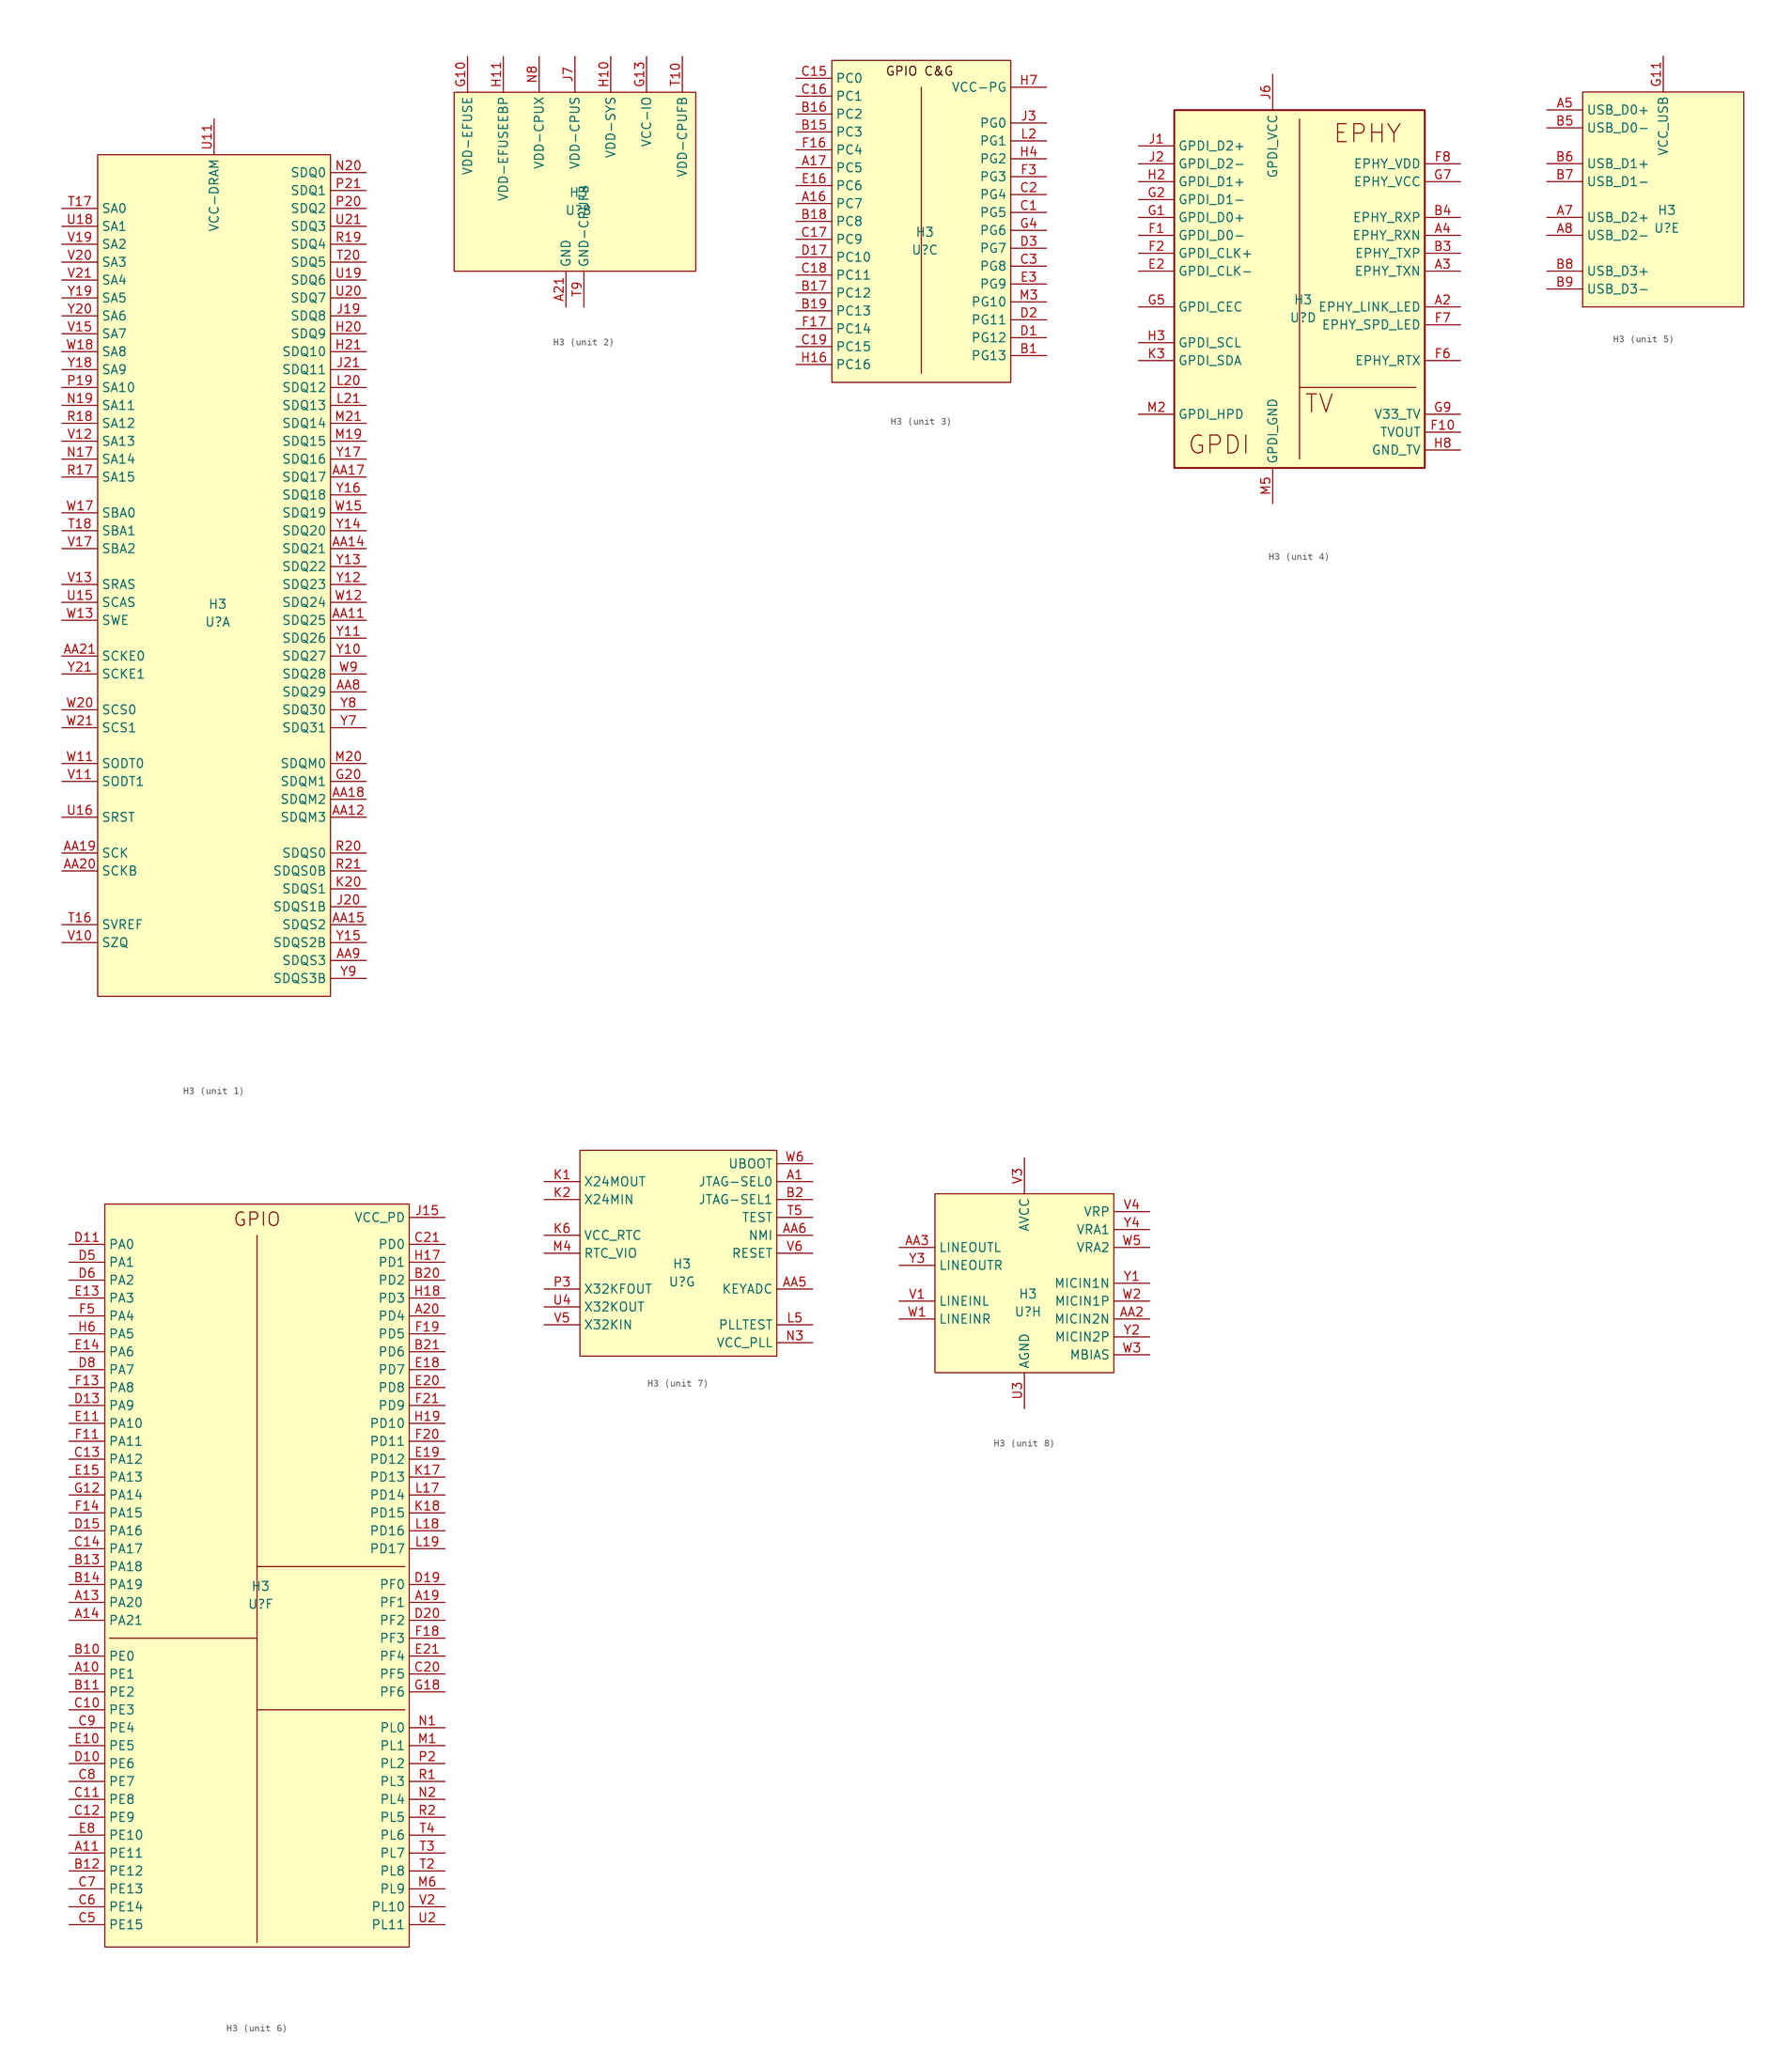
<source format=kicad_sym>
(kicad_symbol_lib
  (version 20241209)
  (generator "kicad_symbol_editor")
  (generator_version "9.0")
  (symbol "H3"
    (property "Reference" "U"
      (at 0.508 -4.064 0)
      (effects (font (size 1.27 1.27))))
    (property "Value" "H3"
      (at 0.508 -1.524 0)
      (effects (font (size 1.27 1.27))))
    (property "ki_locked" ""
      (at 0 0 0)
      (effects (font (size 1.27 1.27))))
    (symbol "H3_1_0"
      (pin power_in line (at 0 67.31 270) (length 5.08) (hide yes) (name "VCC-DRAM" (effects (font (size 1.27 1.27)))) (number "L16" (effects (font (size 1.27 1.27)))))
      (pin power_in line (at 0 67.31 270) (length 5.08) (hide yes) (name "VCC-DRAM" (effects (font (size 1.27 1.27)))) (number "M16" (effects (font (size 1.27 1.27)))))
      (pin power_in line (at 0 67.31 270) (length 5.08) (hide yes) (name "VCC-DRAM" (effects (font (size 1.27 1.27)))) (number "N16" (effects (font (size 1.27 1.27)))))
      (pin power_in line (at 0 67.31 270) (length 5.08) (hide yes) (name "VCC-DRAM" (effects (font (size 1.27 1.27)))) (number "P16" (effects (font (size 1.27 1.27)))))
      (pin power_in line (at 0 67.31 270) (length 5.08) (hide yes) (name "VCC-DRAM" (effects (font (size 1.27 1.27)))) (number "P17" (effects (font (size 1.27 1.27)))))
      (pin power_in line (at 0 67.31 270) (length 5.08) (hide yes) (name "VCC-DRAM" (effects (font (size 1.27 1.27)))) (number "R16" (effects (font (size 1.27 1.27)))))
      (pin power_in line (at 0 67.31 270) (length 5.08) (hide yes) (name "VCC-DRAM" (effects (font (size 1.27 1.27)))) (number "T12" (effects (font (size 1.27 1.27)))))
      (pin power_in line (at 0 67.31 270) (length 5.08) (hide yes) (name "VCC-DRAM" (effects (font (size 1.27 1.27)))) (number "T13" (effects (font (size 1.27 1.27)))))
      (pin power_in line (at 0 67.31 270) (length 5.08) (hide yes) (name "VCC-DRAM" (effects (font (size 1.27 1.27)))) (number "T14" (effects (font (size 1.27 1.27)))))
      (pin power_in line (at 0 67.31 270) (length 5.08) (hide yes) (name "VCC-DRAM" (effects (font (size 1.27 1.27)))) (number "T15" (effects (font (size 1.27 1.27)))))
      (pin power_in line (at 0 67.31 270) (length 5.08) (name "VCC-DRAM" (effects (font (size 1.27 1.27)))) (number "U11" (effects (font (size 1.27 1.27))))))
    (symbol "H3_1_1"
      (rectangle (start -16.51 62.23) (end 16.51 -57.15) (stroke (width 0) (type solid)) (fill (type background)))
      (pin bidirectional line (at -21.59 54.61 0) (length 5.08) (name "SA0" (effects (font (size 1.27 1.27)))) (number "T17" (effects (font (size 1.27 1.27)))))
      (pin bidirectional line (at -21.59 52.07 0) (length 5.08) (name "SA1" (effects (font (size 1.27 1.27)))) (number "U18" (effects (font (size 1.27 1.27)))))
      (pin bidirectional line (at -21.59 49.53 0) (length 5.08) (name "SA2" (effects (font (size 1.27 1.27)))) (number "V19" (effects (font (size 1.27 1.27)))))
      (pin bidirectional line (at -21.59 46.99 0) (length 5.08) (name "SA3" (effects (font (size 1.27 1.27)))) (number "V20" (effects (font (size 1.27 1.27)))))
      (pin bidirectional line (at -21.59 44.45 0) (length 5.08) (name "SA4" (effects (font (size 1.27 1.27)))) (number "V21" (effects (font (size 1.27 1.27)))))
      (pin bidirectional line (at -21.59 41.91 0) (length 5.08) (name "SA5" (effects (font (size 1.27 1.27)))) (number "Y19" (effects (font (size 1.27 1.27)))))
      (pin bidirectional line (at -21.59 39.37 0) (length 5.08) (name "SA6" (effects (font (size 1.27 1.27)))) (number "Y20" (effects (font (size 1.27 1.27)))))
      (pin bidirectional line (at -21.59 36.83 0) (length 5.08) (name "SA7" (effects (font (size 1.27 1.27)))) (number "V15" (effects (font (size 1.27 1.27)))))
      (pin bidirectional line (at -21.59 34.29 0) (length 5.08) (name "SA8" (effects (font (size 1.27 1.27)))) (number "W18" (effects (font (size 1.27 1.27)))))
      (pin bidirectional line (at -21.59 31.75 0) (length 5.08) (name "SA9" (effects (font (size 1.27 1.27)))) (number "Y18" (effects (font (size 1.27 1.27)))))
      (pin bidirectional line (at -21.59 29.21 0) (length 5.08) (name "SA10" (effects (font (size 1.27 1.27)))) (number "P19" (effects (font (size 1.27 1.27)))))
      (pin bidirectional line (at -21.59 26.67 0) (length 5.08) (name "SA11" (effects (font (size 1.27 1.27)))) (number "N19" (effects (font (size 1.27 1.27)))))
      (pin bidirectional line (at -21.59 24.13 0) (length 5.08) (name "SA12" (effects (font (size 1.27 1.27)))) (number "R18" (effects (font (size 1.27 1.27)))))
      (pin bidirectional line (at -21.59 21.59 0) (length 5.08) (name "SA13" (effects (font (size 1.27 1.27)))) (number "V12" (effects (font (size 1.27 1.27)))))
      (pin bidirectional line (at -21.59 19.05 0) (length 5.08) (name "SA14" (effects (font (size 1.27 1.27)))) (number "N17" (effects (font (size 1.27 1.27)))))
      (pin bidirectional line (at -21.59 16.51 0) (length 5.08) (name "SA15" (effects (font (size 1.27 1.27)))) (number "R17" (effects (font (size 1.27 1.27)))))
      (pin output line (at -21.59 11.43 0) (length 5.08) (name "SBA0" (effects (font (size 1.27 1.27)))) (number "W17" (effects (font (size 1.27 1.27)))))
      (pin output line (at -21.59 8.89 0) (length 5.08) (name "SBA1" (effects (font (size 1.27 1.27)))) (number "T18" (effects (font (size 1.27 1.27)))))
      (pin output line (at -21.59 6.35 0) (length 5.08) (name "SBA2" (effects (font (size 1.27 1.27)))) (number "V17" (effects (font (size 1.27 1.27)))))
      (pin output line (at -21.59 1.27 0) (length 5.08) (name "SRAS" (effects (font (size 1.27 1.27)))) (number "V13" (effects (font (size 1.27 1.27)))))
      (pin output line (at -21.59 -1.27 0) (length 5.08) (name "SCAS" (effects (font (size 1.27 1.27)))) (number "U15" (effects (font (size 1.27 1.27)))))
      (pin output line (at -21.59 -3.81 0) (length 5.08) (name "SWE" (effects (font (size 1.27 1.27)))) (number "W13" (effects (font (size 1.27 1.27)))))
      (pin output line (at -21.59 -8.89 0) (length 5.08) (name "SCKE0" (effects (font (size 1.27 1.27)))) (number "AA21" (effects (font (size 1.27 1.27)))))
      (pin output line (at -21.59 -11.43 0) (length 5.08) (name "SCKE1" (effects (font (size 1.27 1.27)))) (number "Y21" (effects (font (size 1.27 1.27)))))
      (pin output line (at -21.59 -16.51 0) (length 5.08) (name "SCS0" (effects (font (size 1.27 1.27)))) (number "W20" (effects (font (size 1.27 1.27)))))
      (pin output line (at -21.59 -19.05 0) (length 5.08) (name "SCS1" (effects (font (size 1.27 1.27)))) (number "W21" (effects (font (size 1.27 1.27)))))
      (pin output line (at -21.59 -24.13 0) (length 5.08) (name "SODT0" (effects (font (size 1.27 1.27)))) (number "W11" (effects (font (size 1.27 1.27)))))
      (pin output line (at -21.59 -26.67 0) (length 5.08) (name "SODT1" (effects (font (size 1.27 1.27)))) (number "V11" (effects (font (size 1.27 1.27)))))
      (pin output line (at -21.59 -31.75 0) (length 5.08) (name "SRST" (effects (font (size 1.27 1.27)))) (number "U16" (effects (font (size 1.27 1.27)))))
      (pin output line (at -21.59 -36.83 0) (length 5.08) (name "SCK" (effects (font (size 1.27 1.27)))) (number "AA19" (effects (font (size 1.27 1.27)))))
      (pin output line (at -21.59 -39.37 0) (length 5.08) (name "SCKB" (effects (font (size 1.27 1.27)))) (number "AA20" (effects (font (size 1.27 1.27)))))
      (pin power_in line (at -21.59 -46.99 0) (length 5.08) (name "SVREF" (effects (font (size 1.27 1.27)))) (number "T16" (effects (font (size 1.27 1.27)))))
      (pin input line (at -21.59 -49.53 0) (length 5.08) (name "SZQ" (effects (font (size 1.27 1.27)))) (number "V10" (effects (font (size 1.27 1.27)))))
      (pin bidirectional line (at 21.59 59.69 180) (length 5.08) (name "SDQ0" (effects (font (size 1.27 1.27)))) (number "N20" (effects (font (size 1.27 1.27)))))
      (pin bidirectional line (at 21.59 57.15 180) (length 5.08) (name "SDQ1" (effects (font (size 1.27 1.27)))) (number "P21" (effects (font (size 1.27 1.27)))))
      (pin bidirectional line (at 21.59 54.61 180) (length 5.08) (name "SDQ2" (effects (font (size 1.27 1.27)))) (number "P20" (effects (font (size 1.27 1.27)))))
      (pin bidirectional line (at 21.59 52.07 180) (length 5.08) (name "SDQ3" (effects (font (size 1.27 1.27)))) (number "U21" (effects (font (size 1.27 1.27)))))
      (pin bidirectional line (at 21.59 49.53 180) (length 5.08) (name "SDQ4" (effects (font (size 1.27 1.27)))) (number "R19" (effects (font (size 1.27 1.27)))))
      (pin bidirectional line (at 21.59 46.99 180) (length 5.08) (name "SDQ5" (effects (font (size 1.27 1.27)))) (number "T20" (effects (font (size 1.27 1.27)))))
      (pin bidirectional line (at 21.59 44.45 180) (length 5.08) (name "SDQ6" (effects (font (size 1.27 1.27)))) (number "U19" (effects (font (size 1.27 1.27)))))
      (pin bidirectional line (at 21.59 41.91 180) (length 5.08) (name "SDQ7" (effects (font (size 1.27 1.27)))) (number "U20" (effects (font (size 1.27 1.27)))))
      (pin bidirectional line (at 21.59 39.37 180) (length 5.08) (name "SDQ8" (effects (font (size 1.27 1.27)))) (number "J19" (effects (font (size 1.27 1.27)))))
      (pin bidirectional line (at 21.59 36.83 180) (length 5.08) (name "SDQ9" (effects (font (size 1.27 1.27)))) (number "H20" (effects (font (size 1.27 1.27)))))
      (pin bidirectional line (at 21.59 34.29 180) (length 5.08) (name "SDQ10" (effects (font (size 1.27 1.27)))) (number "H21" (effects (font (size 1.27 1.27)))))
      (pin bidirectional line (at 21.59 31.75 180) (length 5.08) (name "SDQ11" (effects (font (size 1.27 1.27)))) (number "J21" (effects (font (size 1.27 1.27)))))
      (pin bidirectional line (at 21.59 29.21 180) (length 5.08) (name "SDQ12" (effects (font (size 1.27 1.27)))) (number "L20" (effects (font (size 1.27 1.27)))))
      (pin bidirectional line (at 21.59 26.67 180) (length 5.08) (name "SDQ13" (effects (font (size 1.27 1.27)))) (number "L21" (effects (font (size 1.27 1.27)))))
      (pin bidirectional line (at 21.59 24.13 180) (length 5.08) (name "SDQ14" (effects (font (size 1.27 1.27)))) (number "M21" (effects (font (size 1.27 1.27)))))
      (pin bidirectional line (at 21.59 21.59 180) (length 5.08) (name "SDQ15" (effects (font (size 1.27 1.27)))) (number "M19" (effects (font (size 1.27 1.27)))))
      (pin bidirectional line (at 21.59 19.05 180) (length 5.08) (name "SDQ16" (effects (font (size 1.27 1.27)))) (number "Y17" (effects (font (size 1.27 1.27)))))
      (pin bidirectional line (at 21.59 16.51 180) (length 5.08) (name "SDQ17" (effects (font (size 1.27 1.27)))) (number "AA17" (effects (font (size 1.27 1.27)))))
      (pin bidirectional line (at 21.59 13.97 180) (length 5.08) (name "SDQ18" (effects (font (size 1.27 1.27)))) (number "Y16" (effects (font (size 1.27 1.27)))))
      (pin bidirectional line (at 21.59 11.43 180) (length 5.08) (name "SDQ19" (effects (font (size 1.27 1.27)))) (number "W15" (effects (font (size 1.27 1.27)))))
      (pin bidirectional line (at 21.59 8.89 180) (length 5.08) (name "SDQ20" (effects (font (size 1.27 1.27)))) (number "Y14" (effects (font (size 1.27 1.27)))))
      (pin bidirectional line (at 21.59 6.35 180) (length 5.08) (name "SDQ21" (effects (font (size 1.27 1.27)))) (number "AA14" (effects (font (size 1.27 1.27)))))
      (pin bidirectional line (at 21.59 3.81 180) (length 5.08) (name "SDQ22" (effects (font (size 1.27 1.27)))) (number "Y13" (effects (font (size 1.27 1.27)))))
      (pin bidirectional line (at 21.59 1.27 180) (length 5.08) (name "SDQ23" (effects (font (size 1.27 1.27)))) (number "Y12" (effects (font (size 1.27 1.27)))))
      (pin bidirectional line (at 21.59 -1.27 180) (length 5.08) (name "SDQ24" (effects (font (size 1.27 1.27)))) (number "W12" (effects (font (size 1.27 1.27)))))
      (pin bidirectional line (at 21.59 -3.81 180) (length 5.08) (name "SDQ25" (effects (font (size 1.27 1.27)))) (number "AA11" (effects (font (size 1.27 1.27)))))
      (pin bidirectional line (at 21.59 -6.35 180) (length 5.08) (name "SDQ26" (effects (font (size 1.27 1.27)))) (number "Y11" (effects (font (size 1.27 1.27)))))
      (pin bidirectional line (at 21.59 -8.89 180) (length 5.08) (name "SDQ27" (effects (font (size 1.27 1.27)))) (number "Y10" (effects (font (size 1.27 1.27)))))
      (pin bidirectional line (at 21.59 -11.43 180) (length 5.08) (name "SDQ28" (effects (font (size 1.27 1.27)))) (number "W9" (effects (font (size 1.27 1.27)))))
      (pin bidirectional line (at 21.59 -13.97 180) (length 5.08) (name "SDQ29" (effects (font (size 1.27 1.27)))) (number "AA8" (effects (font (size 1.27 1.27)))))
      (pin bidirectional line (at 21.59 -16.51 180) (length 5.08) (name "SDQ30" (effects (font (size 1.27 1.27)))) (number "Y8" (effects (font (size 1.27 1.27)))))
      (pin bidirectional line (at 21.59 -19.05 180) (length 5.08) (name "SDQ31" (effects (font (size 1.27 1.27)))) (number "Y7" (effects (font (size 1.27 1.27)))))
      (pin output line (at 21.59 -24.13 180) (length 5.08) (name "SDQM0" (effects (font (size 1.27 1.27)))) (number "M20" (effects (font (size 1.27 1.27)))))
      (pin output line (at 21.59 -26.67 180) (length 5.08) (name "SDQM1" (effects (font (size 1.27 1.27)))) (number "G20" (effects (font (size 1.27 1.27)))))
      (pin output line (at 21.59 -29.21 180) (length 5.08) (name "SDQM2" (effects (font (size 1.27 1.27)))) (number "AA18" (effects (font (size 1.27 1.27)))))
      (pin output line (at 21.59 -31.75 180) (length 5.08) (name "SDQM3" (effects (font (size 1.27 1.27)))) (number "AA12" (effects (font (size 1.27 1.27)))))
      (pin bidirectional line (at 21.59 -36.83 180) (length 5.08) (name "SDQS0" (effects (font (size 1.27 1.27)))) (number "R20" (effects (font (size 1.27 1.27)))))
      (pin bidirectional line (at 21.59 -39.37 180) (length 5.08) (name "SDQS0B" (effects (font (size 1.27 1.27)))) (number "R21" (effects (font (size 1.27 1.27)))))
      (pin bidirectional line (at 21.59 -41.91 180) (length 5.08) (name "SDQS1" (effects (font (size 1.27 1.27)))) (number "K20" (effects (font (size 1.27 1.27)))))
      (pin bidirectional line (at 21.59 -44.45 180) (length 5.08) (name "SDQS1B" (effects (font (size 1.27 1.27)))) (number "J20" (effects (font (size 1.27 1.27)))))
      (pin bidirectional line (at 21.59 -46.99 180) (length 5.08) (name "SDQS2" (effects (font (size 1.27 1.27)))) (number "AA15" (effects (font (size 1.27 1.27)))))
      (pin bidirectional line (at 21.59 -49.53 180) (length 5.08) (name "SDQS2B" (effects (font (size 1.27 1.27)))) (number "Y15" (effects (font (size 1.27 1.27)))))
      (pin bidirectional line (at 21.59 -52.07 180) (length 5.08) (name "SDQS3" (effects (font (size 1.27 1.27)))) (number "AA9" (effects (font (size 1.27 1.27)))))
      (pin bidirectional line (at 21.59 -54.61 180) (length 5.08) (name "SDQS3B" (effects (font (size 1.27 1.27)))) (number "Y9" (effects (font (size 1.27 1.27))))))
    (symbol "H3_2_0"
      (pin power_in line (at -15.24 17.78 270) (length 5.08) (name "VDD-EFUSE" (effects (font (size 1.27 1.27)))) (number "G10" (effects (font (size 1.27 1.27)))))
      (pin power_in line (at -10.16 17.78 270) (length 5.08) (name "VDD-EFUSEEBP" (effects (font (size 1.27 1.27)))) (number "H11" (effects (font (size 1.27 1.27)))))
      (pin power_in line (at -5.08 17.78 270) (length 5.08) (name "VDD-CPUX" (effects (font (size 1.27 1.27)))) (number "N8" (effects (font (size 1.27 1.27)))))
      (pin power_in line (at -5.08 17.78 270) (length 5.08) (hide yes) (name "VDD-CPUX" (effects (font (size 1.27 1.27)))) (number "P6" (effects (font (size 1.27 1.27)))))
      (pin power_in line (at -5.08 17.78 270) (length 5.08) (hide yes) (name "VDD-CPUX" (effects (font (size 1.27 1.27)))) (number "P7" (effects (font (size 1.27 1.27)))))
      (pin power_in line (at -5.08 17.78 270) (length 5.08) (hide yes) (name "VDD-CPUX" (effects (font (size 1.27 1.27)))) (number "P8" (effects (font (size 1.27 1.27)))))
      (pin power_in line (at -5.08 17.78 270) (length 5.08) (hide yes) (name "VDD-CPUX" (effects (font (size 1.27 1.27)))) (number "P9" (effects (font (size 1.27 1.27)))))
      (pin power_in line (at -5.08 17.78 270) (length 5.08) (hide yes) (name "VDD-CPUX" (effects (font (size 1.27 1.27)))) (number "R6" (effects (font (size 1.27 1.27)))))
      (pin power_in line (at -5.08 17.78 270) (length 5.08) (hide yes) (name "VDD-CPUX" (effects (font (size 1.27 1.27)))) (number "R7" (effects (font (size 1.27 1.27)))))
      (pin power_in line (at -5.08 17.78 270) (length 5.08) (hide yes) (name "VDD-CPUX" (effects (font (size 1.27 1.27)))) (number "R8" (effects (font (size 1.27 1.27)))))
      (pin power_in line (at -5.08 17.78 270) (length 5.08) (hide yes) (name "VDD-CPUX" (effects (font (size 1.27 1.27)))) (number "T6" (effects (font (size 1.27 1.27)))))
      (pin power_in line (at -5.08 17.78 270) (length 5.08) (hide yes) (name "VDD-CPUX" (effects (font (size 1.27 1.27)))) (number "T7" (effects (font (size 1.27 1.27)))))
      (pin power_in line (at -5.08 17.78 270) (length 5.08) (hide yes) (name "VDD-CPUX" (effects (font (size 1.27 1.27)))) (number "T8" (effects (font (size 1.27 1.27)))))
      (pin power_in line (at -5.08 17.78 270) (length 5.08) (hide yes) (name "VDD-CPUX" (effects (font (size 1.27 1.27)))) (number "U6" (effects (font (size 1.27 1.27)))))
      (pin power_in line (at -5.08 17.78 270) (length 5.08) (hide yes) (name "VDD-CPUX" (effects (font (size 1.27 1.27)))) (number "U9" (effects (font (size 1.27 1.27)))))
      (pin power_in line (at -1.27 -17.78 90) (length 5.08) (name "GND" (effects (font (size 1.27 1.27)))) (number "A21" (effects (font (size 1.27 1.27)))))
      (pin power_in line (at -1.27 -17.78 90) (length 5.08) (hide yes) (name "GND" (effects (font (size 1.27 1.27)))) (number "AA1" (effects (font (size 1.27 1.27)))))
      (pin power_in line (at -1.27 -17.78 90) (length 5.08) (hide yes) (name "GND" (effects (font (size 1.27 1.27)))) (number "G8" (effects (font (size 1.27 1.27)))))
      (pin power_in line (at -1.27 -17.78 90) (length 5.08) (hide yes) (name "GND" (effects (font (size 1.27 1.27)))) (number "H12" (effects (font (size 1.27 1.27)))))
      (pin power_in line (at -1.27 -17.78 90) (length 5.08) (hide yes) (name "GND" (effects (font (size 1.27 1.27)))) (number "H15" (effects (font (size 1.27 1.27)))))
      (pin power_in line (at -1.27 -17.78 90) (length 5.08) (hide yes) (name "GND" (effects (font (size 1.27 1.27)))) (number "J13" (effects (font (size 1.27 1.27)))))
      (pin power_in line (at -1.27 -17.78 90) (length 5.08) (hide yes) (name "GND" (effects (font (size 1.27 1.27)))) (number "J16" (effects (font (size 1.27 1.27)))))
      (pin power_in line (at -1.27 -17.78 90) (length 5.08) (hide yes) (name "GND" (effects (font (size 1.27 1.27)))) (number "J9" (effects (font (size 1.27 1.27)))))
      (pin power_in line (at -1.27 -17.78 90) (length 5.08) (hide yes) (name "GND" (effects (font (size 1.27 1.27)))) (number "K13" (effects (font (size 1.27 1.27)))))
      (pin power_in line (at -1.27 -17.78 90) (length 5.08) (hide yes) (name "GND" (effects (font (size 1.27 1.27)))) (number "K14" (effects (font (size 1.27 1.27)))))
      (pin power_in line (at -1.27 -17.78 90) (length 5.08) (hide yes) (name "GND" (effects (font (size 1.27 1.27)))) (number "K15" (effects (font (size 1.27 1.27)))))
      (pin power_in line (at -1.27 -17.78 90) (length 5.08) (hide yes) (name "GND" (effects (font (size 1.27 1.27)))) (number "K16" (effects (font (size 1.27 1.27)))))
      (pin power_in line (at -1.27 -17.78 90) (length 5.08) (hide yes) (name "GND" (effects (font (size 1.27 1.27)))) (number "K7" (effects (font (size 1.27 1.27)))))
      (pin power_in line (at -1.27 -17.78 90) (length 5.08) (hide yes) (name "GND" (effects (font (size 1.27 1.27)))) (number "K8" (effects (font (size 1.27 1.27)))))
      (pin power_in line (at -1.27 -17.78 90) (length 5.08) (hide yes) (name "GND" (effects (font (size 1.27 1.27)))) (number "K9" (effects (font (size 1.27 1.27)))))
      (pin power_in line (at -1.27 -17.78 90) (length 5.08) (hide yes) (name "GND" (effects (font (size 1.27 1.27)))) (number "L15" (effects (font (size 1.27 1.27)))))
      (pin power_in line (at -1.27 -17.78 90) (length 5.08) (hide yes) (name "GND" (effects (font (size 1.27 1.27)))) (number "L8" (effects (font (size 1.27 1.27)))))
      (pin power_in line (at -1.27 -17.78 90) (length 5.08) (hide yes) (name "GND" (effects (font (size 1.27 1.27)))) (number "L9" (effects (font (size 1.27 1.27)))))
      (pin power_in line (at -1.27 -17.78 90) (length 5.08) (hide yes) (name "GND" (effects (font (size 1.27 1.27)))) (number "M10" (effects (font (size 1.27 1.27)))))
      (pin power_in line (at -1.27 -17.78 90) (length 5.08) (hide yes) (name "GND" (effects (font (size 1.27 1.27)))) (number "M11" (effects (font (size 1.27 1.27)))))
      (pin power_in line (at -1.27 -17.78 90) (length 5.08) (hide yes) (name "GND" (effects (font (size 1.27 1.27)))) (number "M12" (effects (font (size 1.27 1.27)))))
      (pin power_in line (at -1.27 -17.78 90) (length 5.08) (hide yes) (name "GND" (effects (font (size 1.27 1.27)))) (number "M13" (effects (font (size 1.27 1.27)))))
      (pin power_in line (at -1.27 -17.78 90) (length 5.08) (hide yes) (name "GND" (effects (font (size 1.27 1.27)))) (number "M14" (effects (font (size 1.27 1.27)))))
      (pin power_in line (at -1.27 -17.78 90) (length 5.08) (hide yes) (name "GND" (effects (font (size 1.27 1.27)))) (number "M15" (effects (font (size 1.27 1.27)))))
      (pin power_in line (at -1.27 -17.78 90) (length 5.08) (hide yes) (name "GND" (effects (font (size 1.27 1.27)))) (number "M7" (effects (font (size 1.27 1.27)))))
      (pin power_in line (at -1.27 -17.78 90) (length 5.08) (hide yes) (name "GND" (effects (font (size 1.27 1.27)))) (number "M8" (effects (font (size 1.27 1.27)))))
      (pin power_in line (at -1.27 -17.78 90) (length 5.08) (hide yes) (name "GND" (effects (font (size 1.27 1.27)))) (number "M9" (effects (font (size 1.27 1.27)))))
      (pin power_in line (at -1.27 -17.78 90) (length 5.08) (hide yes) (name "GND" (effects (font (size 1.27 1.27)))) (number "N10" (effects (font (size 1.27 1.27)))))
      (pin power_in line (at -1.27 -17.78 90) (length 5.08) (hide yes) (name "GND" (effects (font (size 1.27 1.27)))) (number "N11" (effects (font (size 1.27 1.27)))))
      (pin power_in line (at -1.27 -17.78 90) (length 5.08) (hide yes) (name "GND" (effects (font (size 1.27 1.27)))) (number "N12" (effects (font (size 1.27 1.27)))))
      (pin power_in line (at -1.27 -17.78 90) (length 5.08) (hide yes) (name "GND" (effects (font (size 1.27 1.27)))) (number "N13" (effects (font (size 1.27 1.27)))))
      (pin power_in line (at -1.27 -17.78 90) (length 5.08) (hide yes) (name "GND" (effects (font (size 1.27 1.27)))) (number "N14" (effects (font (size 1.27 1.27)))))
      (pin power_in line (at -1.27 -17.78 90) (length 5.08) (hide yes) (name "GND" (effects (font (size 1.27 1.27)))) (number "N15" (effects (font (size 1.27 1.27)))))
      (pin power_in line (at -1.27 -17.78 90) (length 5.08) (hide yes) (name "GND" (effects (font (size 1.27 1.27)))) (number "N7" (effects (font (size 1.27 1.27)))))
      (pin power_in line (at -1.27 -17.78 90) (length 5.08) (hide yes) (name "GND" (effects (font (size 1.27 1.27)))) (number "N9" (effects (font (size 1.27 1.27)))))
      (pin power_in line (at -1.27 -17.78 90) (length 5.08) (hide yes) (name "GND" (effects (font (size 1.27 1.27)))) (number "P10" (effects (font (size 1.27 1.27)))))
      (pin power_in line (at -1.27 -17.78 90) (length 5.08) (hide yes) (name "GND" (effects (font (size 1.27 1.27)))) (number "P11" (effects (font (size 1.27 1.27)))))
      (pin power_in line (at -1.27 -17.78 90) (length 5.08) (hide yes) (name "GND" (effects (font (size 1.27 1.27)))) (number "P12" (effects (font (size 1.27 1.27)))))
      (pin power_in line (at -1.27 -17.78 90) (length 5.08) (hide yes) (name "GND" (effects (font (size 1.27 1.27)))) (number "P13" (effects (font (size 1.27 1.27)))))
      (pin power_in line (at -1.27 -17.78 90) (length 5.08) (hide yes) (name "GND" (effects (font (size 1.27 1.27)))) (number "P14" (effects (font (size 1.27 1.27)))))
      (pin power_in line (at -1.27 -17.78 90) (length 5.08) (hide yes) (name "GND" (effects (font (size 1.27 1.27)))) (number "P15" (effects (font (size 1.27 1.27)))))
      (pin power_in line (at -1.27 -17.78 90) (length 5.08) (hide yes) (name "GND" (effects (font (size 1.27 1.27)))) (number "R10" (effects (font (size 1.27 1.27)))))
      (pin power_in line (at -1.27 -17.78 90) (length 5.08) (hide yes) (name "GND" (effects (font (size 1.27 1.27)))) (number "R11" (effects (font (size 1.27 1.27)))))
      (pin power_in line (at -1.27 -17.78 90) (length 5.08) (hide yes) (name "GND" (effects (font (size 1.27 1.27)))) (number "R12" (effects (font (size 1.27 1.27)))))
      (pin power_in line (at -1.27 -17.78 90) (length 5.08) (hide yes) (name "GND" (effects (font (size 1.27 1.27)))) (number "R13" (effects (font (size 1.27 1.27)))))
      (pin power_in line (at -1.27 -17.78 90) (length 5.08) (hide yes) (name "GND" (effects (font (size 1.27 1.27)))) (number "R14" (effects (font (size 1.27 1.27)))))
      (pin power_in line (at -1.27 -17.78 90) (length 5.08) (hide yes) (name "GND" (effects (font (size 1.27 1.27)))) (number "R9" (effects (font (size 1.27 1.27)))))
      (pin power_in line (at -1.27 -17.78 90) (length 5.08) (hide yes) (name "GND" (effects (font (size 1.27 1.27)))) (number "T11" (effects (font (size 1.27 1.27)))))
      (pin power_in line (at 0 17.78 270) (length 5.08) (name "VDD-CPUS" (effects (font (size 1.27 1.27)))) (number "J7" (effects (font (size 1.27 1.27)))))
      (pin power_in line (at 0 17.78 270) (length 5.08) (hide yes) (name "VDD-CPUS" (effects (font (size 1.27 1.27)))) (number "J8" (effects (font (size 1.27 1.27)))))
      (pin power_in line (at 1.27 -17.78 90) (length 5.08) (name "GND-CPUFB" (effects (font (size 1.27 1.27)))) (number "T9" (effects (font (size 1.27 1.27)))))
      (pin power_in line (at 5.08 17.78 270) (length 5.08) (name "VDD-SYS" (effects (font (size 1.27 1.27)))) (number "H10" (effects (font (size 1.27 1.27)))))
      (pin power_in line (at 5.08 17.78 270) (length 5.08) (hide yes) (name "VDD-SYS" (effects (font (size 1.27 1.27)))) (number "J10" (effects (font (size 1.27 1.27)))))
      (pin power_in line (at 5.08 17.78 270) (length 5.08) (hide yes) (name "VDD-SYS" (effects (font (size 1.27 1.27)))) (number "J11" (effects (font (size 1.27 1.27)))))
      (pin power_in line (at 5.08 17.78 270) (length 5.08) (hide yes) (name "VDD-SYS" (effects (font (size 1.27 1.27)))) (number "J12" (effects (font (size 1.27 1.27)))))
      (pin power_in line (at 5.08 17.78 270) (length 5.08) (hide yes) (name "VDD-SYS" (effects (font (size 1.27 1.27)))) (number "K10" (effects (font (size 1.27 1.27)))))
      (pin power_in line (at 5.08 17.78 270) (length 5.08) (hide yes) (name "VDD-SYS" (effects (font (size 1.27 1.27)))) (number "K11" (effects (font (size 1.27 1.27)))))
      (pin power_in line (at 5.08 17.78 270) (length 5.08) (hide yes) (name "VDD-SYS" (effects (font (size 1.27 1.27)))) (number "K12" (effects (font (size 1.27 1.27)))))
      (pin power_in line (at 5.08 17.78 270) (length 5.08) (hide yes) (name "VDD-SYS" (effects (font (size 1.27 1.27)))) (number "L10" (effects (font (size 1.27 1.27)))))
      (pin power_in line (at 5.08 17.78 270) (length 5.08) (hide yes) (name "VDD-SYS" (effects (font (size 1.27 1.27)))) (number "L11" (effects (font (size 1.27 1.27)))))
      (pin power_in line (at 5.08 17.78 270) (length 5.08) (hide yes) (name "VDD-SYS" (effects (font (size 1.27 1.27)))) (number "L12" (effects (font (size 1.27 1.27)))))
      (pin power_in line (at 5.08 17.78 270) (length 5.08) (hide yes) (name "VDD-SYS" (effects (font (size 1.27 1.27)))) (number "L13" (effects (font (size 1.27 1.27)))))
      (pin power_in line (at 5.08 17.78 270) (length 5.08) (hide yes) (name "VDD-SYS" (effects (font (size 1.27 1.27)))) (number "L14" (effects (font (size 1.27 1.27)))))
      (pin power_in line (at 10.16 17.78 270) (length 5.08) (name "VCC-IO" (effects (font (size 1.27 1.27)))) (number "G13" (effects (font (size 1.27 1.27)))))
      (pin power_in line (at 10.16 17.78 270) (length 5.08) (hide yes) (name "VCC-IO" (effects (font (size 1.27 1.27)))) (number "G14" (effects (font (size 1.27 1.27)))))
      (pin power_in line (at 10.16 17.78 270) (length 5.08) (hide yes) (name "VCC-IO" (effects (font (size 1.27 1.27)))) (number "G15" (effects (font (size 1.27 1.27)))))
      (pin power_in line (at 10.16 17.78 270) (length 5.08) (hide yes) (name "VCC-IO" (effects (font (size 1.27 1.27)))) (number "H13" (effects (font (size 1.27 1.27)))))
      (pin power_in line (at 10.16 17.78 270) (length 5.08) (hide yes) (name "VCC-IO" (effects (font (size 1.27 1.27)))) (number "H14" (effects (font (size 1.27 1.27)))))
      (pin power_in line (at 10.16 17.78 270) (length 5.08) (hide yes) (name "VCC-IO" (effects (font (size 1.27 1.27)))) (number "J14" (effects (font (size 1.27 1.27)))))
      (pin power_in line (at 15.24 17.78 270) (length 5.08) (name "VDD-CPUFB" (effects (font (size 1.27 1.27)))) (number "T10" (effects (font (size 1.27 1.27))))))
    (symbol "H3_2_1"
      (rectangle (start -17.145 12.7) (end 17.145 -12.7) (stroke (width 0) (type solid)) (fill (type background)))
      (pin no_connect line (at 19.685 -6.35 180) (length 2.54) (hide yes) (name "NC" (effects (font (size 1.27 1.27)))) (number "K4" (effects (font (size 1.27 1.27))))))
    (symbol "H3_3_0"
      (pin bidirectional line (at -17.78 20.32 0) (length 5.08) (name "PC0" (effects (font (size 1.27 1.27)))) (number "C15" (effects (font (size 1.27 1.27)))) (alternate "NAND_WE" bidirectional line) (alternate "SPI0_MOSI" bidirectional line))
      (pin bidirectional line (at -17.78 17.78 0) (length 5.08) (name "PC1" (effects (font (size 1.27 1.27)))) (number "C16" (effects (font (size 1.27 1.27)))) (alternate "NAND_ALE" bidirectional line) (alternate "SPI0_MISO" bidirectional line))
      (pin bidirectional line (at -17.78 15.24 0) (length 5.08) (name "PC2" (effects (font (size 1.27 1.27)))) (number "B16" (effects (font (size 1.27 1.27)))) (alternate "NAND_CLE" bidirectional line) (alternate "SPI0_CLK" bidirectional line))
      (pin bidirectional line (at -17.78 12.7 0) (length 5.08) (name "PC3" (effects (font (size 1.27 1.27)))) (number "B15" (effects (font (size 1.27 1.27)))) (alternate "NAND_CE1" bidirectional line) (alternate "SPI0_CS" bidirectional line))
      (pin bidirectional line (at -17.78 10.16 0) (length 5.08) (name "PC4" (effects (font (size 1.27 1.27)))) (number "F16" (effects (font (size 1.27 1.27)))) (alternate "NAND_CE0" bidirectional line))
      (pin bidirectional line (at -17.78 7.62 0) (length 5.08) (name "PC5" (effects (font (size 1.27 1.27)))) (number "A17" (effects (font (size 1.27 1.27)))) (alternate "NAND_RE" bidirectional line) (alternate "SDC2_CLK" bidirectional line))
      (pin bidirectional line (at -17.78 5.08 0) (length 5.08) (name "PC6" (effects (font (size 1.27 1.27)))) (number "E16" (effects (font (size 1.27 1.27)))) (alternate "NAND_RB0" bidirectional line) (alternate "SDC2_CMD" bidirectional line))
      (pin bidirectional line (at -17.78 2.54 0) (length 5.08) (name "PC7" (effects (font (size 1.27 1.27)))) (number "A16" (effects (font (size 1.27 1.27)))) (alternate "NAND_RB1" bidirectional line))
      (pin bidirectional line (at -17.78 0 0) (length 5.08) (name "PC8" (effects (font (size 1.27 1.27)))) (number "B18" (effects (font (size 1.27 1.27)))) (alternate "NAND_DQ0" bidirectional line) (alternate "SDC2_D0" bidirectional line))
      (pin bidirectional line (at -17.78 -2.54 0) (length 5.08) (name "PC9" (effects (font (size 1.27 1.27)))) (number "C17" (effects (font (size 1.27 1.27)))) (alternate "NAND_DQ1" bidirectional line) (alternate "SDC2_D1" bidirectional line))
      (pin bidirectional line (at -17.78 -5.08 0) (length 5.08) (name "PC10" (effects (font (size 1.27 1.27)))) (number "D17" (effects (font (size 1.27 1.27)))) (alternate "NAND_DQ2" bidirectional line) (alternate "SDC2_D2" bidirectional line))
      (pin bidirectional line (at -17.78 -7.62 0) (length 5.08) (name "PC11" (effects (font (size 1.27 1.27)))) (number "C18" (effects (font (size 1.27 1.27)))) (alternate "NAND_DQ3" bidirectional line) (alternate "SDC2_D3" bidirectional line))
      (pin bidirectional line (at -17.78 -10.16 0) (length 5.08) (name "PC12" (effects (font (size 1.27 1.27)))) (number "B17" (effects (font (size 1.27 1.27)))) (alternate "NAND_DQ4" bidirectional line) (alternate "SDC2_D4" bidirectional line))
      (pin bidirectional line (at -17.78 -12.7 0) (length 5.08) (name "PC13" (effects (font (size 1.27 1.27)))) (number "B19" (effects (font (size 1.27 1.27)))) (alternate "NAND_DQ5" bidirectional line) (alternate "SDC2_D5" bidirectional line))
      (pin bidirectional line (at -17.78 -15.24 0) (length 5.08) (name "PC14" (effects (font (size 1.27 1.27)))) (number "F17" (effects (font (size 1.27 1.27)))) (alternate "NAND_DQ6" bidirectional line) (alternate "SDC2_D6" bidirectional line))
      (pin bidirectional line (at -17.78 -17.78 0) (length 5.08) (name "PC15" (effects (font (size 1.27 1.27)))) (number "C19" (effects (font (size 1.27 1.27)))) (alternate "NAND_DQ7" bidirectional line) (alternate "SDC2_D7" bidirectional line))
      (pin bidirectional line (at -17.78 -20.32 0) (length 5.08) (name "PC16" (effects (font (size 1.27 1.27)))) (number "H16" (effects (font (size 1.27 1.27)))) (alternate "NAND_DQS" bidirectional line) (alternate "SDC2_RST" bidirectional line))
      (pin power_in line (at 17.78 19.05 180) (length 5.08) (name "VCC-PG" (effects (font (size 1.27 1.27)))) (number "H7" (effects (font (size 1.27 1.27)))))
      (pin bidirectional line (at 17.78 13.97 180) (length 5.08) (name "PG0" (effects (font (size 1.27 1.27)))) (number "J3" (effects (font (size 1.27 1.27)))) (alternate "PG_EINT0" bidirectional line) (alternate "SDC1_CLK" bidirectional line))
      (pin bidirectional line (at 17.78 11.43 180) (length 5.08) (name "PG1" (effects (font (size 1.27 1.27)))) (number "L2" (effects (font (size 1.27 1.27)))) (alternate "PG_EINT1" bidirectional line) (alternate "SDC1_CMD" bidirectional line))
      (pin bidirectional line (at 17.78 8.89 180) (length 5.08) (name "PG2" (effects (font (size 1.27 1.27)))) (number "H4" (effects (font (size 1.27 1.27)))) (alternate "PG_EINT2" bidirectional line) (alternate "SDC1_D0" bidirectional line))
      (pin bidirectional line (at 17.78 6.35 180) (length 5.08) (name "PG3" (effects (font (size 1.27 1.27)))) (number "F3" (effects (font (size 1.27 1.27)))) (alternate "PG_EINT3" bidirectional line) (alternate "SDC1_D1" bidirectional line))
      (pin bidirectional line (at 17.78 3.81 180) (length 5.08) (name "PG4" (effects (font (size 1.27 1.27)))) (number "C2" (effects (font (size 1.27 1.27)))) (alternate "PG_EINT4" bidirectional line) (alternate "SDC1_D2" bidirectional line))
      (pin bidirectional line (at 17.78 1.27 180) (length 5.08) (name "PG5" (effects (font (size 1.27 1.27)))) (number "C1" (effects (font (size 1.27 1.27)))) (alternate "PG_EINT5" bidirectional line) (alternate "SDC1_D3" bidirectional line))
      (pin bidirectional line (at 17.78 -1.27 180) (length 5.08) (name "PG6" (effects (font (size 1.27 1.27)))) (number "G4" (effects (font (size 1.27 1.27)))) (alternate "PG_EINT6" bidirectional line) (alternate "UART1_TX" bidirectional line))
      (pin bidirectional line (at 17.78 -3.81 180) (length 5.08) (name "PG7" (effects (font (size 1.27 1.27)))) (number "D3" (effects (font (size 1.27 1.27)))) (alternate "PG_EINT7" bidirectional line) (alternate "UART1_RX" bidirectional line))
      (pin bidirectional line (at 17.78 -6.35 180) (length 5.08) (name "PG8" (effects (font (size 1.27 1.27)))) (number "C3" (effects (font (size 1.27 1.27)))) (alternate "PG_EINT8" bidirectional line) (alternate "UART1_RTS" bidirectional line))
      (pin bidirectional line (at 17.78 -8.89 180) (length 5.08) (name "PG9" (effects (font (size 1.27 1.27)))) (number "E3" (effects (font (size 1.27 1.27)))) (alternate "PG_EINT9" bidirectional line) (alternate "UART1_CTS" bidirectional line))
      (pin bidirectional line (at 17.78 -11.43 180) (length 5.08) (name "PG10" (effects (font (size 1.27 1.27)))) (number "M3" (effects (font (size 1.27 1.27)))) (alternate "PCM1_SYNC" bidirectional line) (alternate "PG_EINT10" bidirectional line))
      (pin bidirectional line (at 17.78 -13.97 180) (length 5.08) (name "PG11" (effects (font (size 1.27 1.27)))) (number "D2" (effects (font (size 1.27 1.27)))) (alternate "PCM1_CLK" bidirectional line) (alternate "PG_EINT11" bidirectional line))
      (pin bidirectional line (at 17.78 -16.51 180) (length 5.08) (name "PG12" (effects (font (size 1.27 1.27)))) (number "D1" (effects (font (size 1.27 1.27)))) (alternate "PCM1_DOUT" bidirectional line) (alternate "PG_EINT12" bidirectional line))
      (pin bidirectional line (at 17.78 -19.05 180) (length 5.08) (name "PG13" (effects (font (size 1.27 1.27)))) (number "B1" (effects (font (size 1.27 1.27)))) (alternate "PCM1_DIN" bidirectional line) (alternate "PG_EINT13" bidirectional line)))
    (symbol "H3_3_1"
      (rectangle (start -12.7 22.86) (end 12.7 -22.86) (stroke (width 0) (type solid)) (fill (type background)))
      (polyline (pts (xy 0 19.05) (xy 0 -21.59)) (stroke (width 0) (type default)) (fill (type none)))
      (text "GPIO C&G" (at -0.254 21.336 0) (effects (font (size 1.27 1.27) (color 72 0 0 1)))))
    (symbol "H3_4_0"
      (pin output line (at -22.86 20.32 0) (length 5.08) (name "GPDI_D2+" (effects (font (size 1.27 1.27)))) (number "J1" (effects (font (size 1.27 1.27)))))
      (pin output line (at -22.86 17.78 0) (length 5.08) (name "GPDI_D2-" (effects (font (size 1.27 1.27)))) (number "J2" (effects (font (size 1.27 1.27)))))
      (pin output line (at -22.86 15.24 0) (length 5.08) (name "GPDI_D1+" (effects (font (size 1.27 1.27)))) (number "H2" (effects (font (size 1.27 1.27)))))
      (pin output line (at -22.86 12.7 0) (length 5.08) (name "GPDI_D1-" (effects (font (size 1.27 1.27)))) (number "G2" (effects (font (size 1.27 1.27)))))
      (pin output line (at -22.86 10.16 0) (length 5.08) (name "GPDI_D0+" (effects (font (size 1.27 1.27)))) (number "G1" (effects (font (size 1.27 1.27)))))
      (pin output line (at -22.86 7.62 0) (length 5.08) (name "GPDI_D0-" (effects (font (size 1.27 1.27)))) (number "F1" (effects (font (size 1.27 1.27)))))
      (pin output line (at -22.86 5.08 0) (length 5.08) (name "GPDI_CLK+" (effects (font (size 1.27 1.27)))) (number "F2" (effects (font (size 1.27 1.27)))))
      (pin output line (at -22.86 2.54 0) (length 5.08) (name "GPDI_CLK-" (effects (font (size 1.27 1.27)))) (number "E2" (effects (font (size 1.27 1.27)))))
      (pin bidirectional line (at -22.86 -2.54 0) (length 5.08) (name "GPDI_CEC" (effects (font (size 1.27 1.27)))) (number "G5" (effects (font (size 1.27 1.27)))))
      (pin output line (at -22.86 -7.62 0) (length 5.08) (name "GPDI_SCL" (effects (font (size 1.27 1.27)))) (number "H3" (effects (font (size 1.27 1.27)))))
      (pin bidirectional line (at -22.86 -10.16 0) (length 5.08) (name "GPDI_SDA" (effects (font (size 1.27 1.27)))) (number "K3" (effects (font (size 1.27 1.27)))))
      (pin output line (at -22.86 -17.78 0) (length 5.08) (name "GPDI_HPD" (effects (font (size 1.27 1.27)))) (number "M2" (effects (font (size 1.27 1.27)))))
      (pin power_in line (at -3.81 30.48 270) (length 5.08) (name "GPDI_VCC" (effects (font (size 1.27 1.27)))) (number "J6" (effects (font (size 1.27 1.27)))))
      (pin power_in line (at -3.81 -30.48 90) (length 5.08) (name "GPDI_GND" (effects (font (size 1.27 1.27)))) (number "M5" (effects (font (size 1.27 1.27)))))
      (pin power_in line (at 22.86 17.78 180) (length 5.08) (name "EPHY_VDD" (effects (font (size 1.27 1.27)))) (number "F8" (effects (font (size 1.27 1.27)))))
      (pin power_in line (at 22.86 15.24 180) (length 5.08) (name "EPHY_VCC" (effects (font (size 1.27 1.27)))) (number "G7" (effects (font (size 1.27 1.27)))))
      (pin input line (at 22.86 10.16 180) (length 5.08) (name "EPHY_RXP" (effects (font (size 1.27 1.27)))) (number "B4" (effects (font (size 1.27 1.27)))))
      (pin input line (at 22.86 7.62 180) (length 5.08) (name "EPHY_RXN" (effects (font (size 1.27 1.27)))) (number "A4" (effects (font (size 1.27 1.27)))))
      (pin output line (at 22.86 5.08 180) (length 5.08) (name "EPHY_TXP" (effects (font (size 1.27 1.27)))) (number "B3" (effects (font (size 1.27 1.27)))))
      (pin output line (at 22.86 2.54 180) (length 5.08) (name "EPHY_TXN" (effects (font (size 1.27 1.27)))) (number "A3" (effects (font (size 1.27 1.27)))))
      (pin output line (at 22.86 -2.54 180) (length 5.08) (name "EPHY_LINK_LED" (effects (font (size 1.27 1.27)))) (number "A2" (effects (font (size 1.27 1.27)))))
      (pin output line (at 22.86 -5.08 180) (length 5.08) (name "EPHY_SPD_LED" (effects (font (size 1.27 1.27)))) (number "F7" (effects (font (size 1.27 1.27)))))
      (pin input line (at 22.86 -10.16 180) (length 5.08) (name "EPHY_RTX" (effects (font (size 1.27 1.27)))) (number "F6" (effects (font (size 1.27 1.27)))))
      (pin power_in line (at 22.86 -17.78 180) (length 5.08) (name "V33_TV" (effects (font (size 1.27 1.27)))) (number "G9" (effects (font (size 1.27 1.27)))))
      (pin bidirectional line (at 22.86 -20.32 180) (length 5.08) (name "TVOUT" (effects (font (size 1.27 1.27)))) (number "F10" (effects (font (size 1.27 1.27)))))
      (pin power_in line (at 22.86 -22.86 180) (length 5.08) (name "GND_TV" (effects (font (size 1.27 1.27)))) (number "H8" (effects (font (size 1.27 1.27))))))
    (symbol "H3_4_1"
      (rectangle (start -17.78 25.4) (end 17.78 -25.4) (stroke (width 0.254) (type solid)) (fill (type background)))
      (polyline (pts (xy 0 -13.97) (xy 16.51 -13.97)) (stroke (width 0) (type default)) (fill (type none)))
      (polyline (pts (xy 0 -24.13) (xy 0 24.13)) (stroke (width 0) (type default)) (fill (type none)))
      (text "GPDI" (at -11.43 -22.098 0) (effects (font (size 2.54 2.54))))
      (text "TV" (at 2.794 -16.256 0) (effects (font (size 2.54 2.54))))
      (text "EPHY" (at 9.652 22.098 0) (effects (font (size 2.54 2.54)))))
    (symbol "H3_5_0"
      (pin bidirectional line (at -16.51 12.7 0) (length 5.08) (name "USB_D0+" (effects (font (size 1.27 1.27)))) (number "A5" (effects (font (size 1.27 1.27)))))
      (pin bidirectional line (at -16.51 10.16 0) (length 5.08) (name "USB_D0-" (effects (font (size 1.27 1.27)))) (number "B5" (effects (font (size 1.27 1.27)))))
      (pin bidirectional line (at -16.51 5.08 0) (length 5.08) (name "USB_D1+" (effects (font (size 1.27 1.27)))) (number "B6" (effects (font (size 1.27 1.27)))))
      (pin bidirectional line (at -16.51 2.54 0) (length 5.08) (name "USB_D1-" (effects (font (size 1.27 1.27)))) (number "B7" (effects (font (size 1.27 1.27)))))
      (pin bidirectional line (at -16.51 -2.54 0) (length 5.08) (name "USB_D2+" (effects (font (size 1.27 1.27)))) (number "A7" (effects (font (size 1.27 1.27)))))
      (pin bidirectional line (at -16.51 -5.08 0) (length 5.08) (name "USB_D2-" (effects (font (size 1.27 1.27)))) (number "A8" (effects (font (size 1.27 1.27)))))
      (pin bidirectional line (at -16.51 -10.16 0) (length 5.08) (name "USB_D3+" (effects (font (size 1.27 1.27)))) (number "B8" (effects (font (size 1.27 1.27)))))
      (pin bidirectional line (at -16.51 -12.7 0) (length 5.08) (name "USB_D3-" (effects (font (size 1.27 1.27)))) (number "B9" (effects (font (size 1.27 1.27)))))
      (pin power_in line (at 0 20.32 270) (length 5.08) (name "VCC_USB" (effects (font (size 1.27 1.27)))) (number "G11" (effects (font (size 1.27 1.27))))))
    (symbol "H3_5_1"
      (rectangle (start -11.43 15.24) (end 11.43 -15.24) (stroke (width 0) (type solid)) (fill (type background))))
    (symbol "H3_6_0"
      (pin bidirectional line (at -26.67 46.99 0) (length 5.08) (name "PA0" (effects (font (size 1.27 1.27)))) (number "D11" (effects (font (size 1.27 1.27)))) (alternate "JTAG_MS" bidirectional line) (alternate "UART2_TX" output line))
      (pin bidirectional line (at -26.67 44.45 0) (length 5.08) (name "PA1" (effects (font (size 1.27 1.27)))) (number "D5" (effects (font (size 1.27 1.27)))) (alternate "JTAG_CK" bidirectional line) (alternate "UART2_RX" input line))
      (pin bidirectional line (at -26.67 41.91 0) (length 5.08) (name "PA2" (effects (font (size 1.27 1.27)))) (number "D6" (effects (font (size 1.27 1.27)))) (alternate "JTAG_DO" output line) (alternate "UART2_RTS" bidirectional line))
      (pin bidirectional line (at -26.67 39.37 0) (length 5.08) (name "PA3" (effects (font (size 1.27 1.27)))) (number "E13" (effects (font (size 1.27 1.27)))) (alternate "JTAG_DI" input line) (alternate "UART2_CTS" bidirectional line))
      (pin bidirectional line (at -26.67 36.83 0) (length 5.08) (name "PA4" (effects (font (size 1.27 1.27)))) (number "F5" (effects (font (size 1.27 1.27)))) (alternate "UART0_TX" output line))
      (pin bidirectional line (at -26.67 34.29 0) (length 5.08) (name "PA5" (effects (font (size 1.27 1.27)))) (number "H6" (effects (font (size 1.27 1.27)))) (alternate "PWM0" bidirectional line) (alternate "UART0_RX" bidirectional line))
      (pin bidirectional line (at -26.67 31.75 0) (length 5.08) (name "PA6" (effects (font (size 1.27 1.27)))) (number "E14" (effects (font (size 1.27 1.27)))) (alternate "SIM_PWREN" bidirectional line))
      (pin bidirectional line (at -26.67 29.21 0) (length 5.08) (name "PA7" (effects (font (size 1.27 1.27)))) (number "D8" (effects (font (size 1.27 1.27)))) (alternate "SIM_CLK" bidirectional line))
      (pin bidirectional line (at -26.67 26.67 0) (length 5.08) (name "PA8" (effects (font (size 1.27 1.27)))) (number "F13" (effects (font (size 1.27 1.27)))) (alternate "SIM_DATA" bidirectional line))
      (pin bidirectional line (at -26.67 24.13 0) (length 5.08) (name "PA9" (effects (font (size 1.27 1.27)))) (number "D13" (effects (font (size 1.27 1.27)))) (alternate "SIM_RST" bidirectional line))
      (pin bidirectional line (at -26.67 21.59 0) (length 5.08) (name "PA10" (effects (font (size 1.27 1.27)))) (number "E11" (effects (font (size 1.27 1.27)))) (alternate "SIM_DET" bidirectional line))
      (pin bidirectional line (at -26.67 19.05 0) (length 5.08) (name "PA11" (effects (font (size 1.27 1.27)))) (number "F11" (effects (font (size 1.27 1.27)))) (alternate "DI_TX" bidirectional line) (alternate "TWI0_SCK" bidirectional line))
      (pin bidirectional line (at -26.67 16.51 0) (length 5.08) (name "PA12" (effects (font (size 1.27 1.27)))) (number "C13" (effects (font (size 1.27 1.27)))) (alternate "DI_RX" bidirectional line) (alternate "TWI0_SDA" bidirectional line))
      (pin bidirectional line (at -26.67 13.97 0) (length 5.08) (name "PA13" (effects (font (size 1.27 1.27)))) (number "E15" (effects (font (size 1.27 1.27)))) (alternate "SPI1_CS" bidirectional line) (alternate "UART3_TX" bidirectional line))
      (pin bidirectional line (at -26.67 11.43 0) (length 5.08) (name "PA14" (effects (font (size 1.27 1.27)))) (number "G12" (effects (font (size 1.27 1.27)))) (alternate "SPI1_CLK" bidirectional line) (alternate "UART3_RX" bidirectional line))
      (pin bidirectional line (at -26.67 8.89 0) (length 5.08) (name "PA15" (effects (font (size 1.27 1.27)))) (number "F14" (effects (font (size 1.27 1.27)))) (alternate "SPI1_MOSI" bidirectional line) (alternate "UART3_RTS" bidirectional line))
      (pin bidirectional line (at -26.67 6.35 0) (length 5.08) (name "PA16" (effects (font (size 1.27 1.27)))) (number "D15" (effects (font (size 1.27 1.27)))) (alternate "SPI1_MISO" bidirectional line) (alternate "UART3_CTS" bidirectional line))
      (pin bidirectional line (at -26.67 3.81 0) (length 5.08) (name "PA17" (effects (font (size 1.27 1.27)))) (number "C14" (effects (font (size 1.27 1.27)))) (alternate "OWA_OUT" bidirectional line))
      (pin bidirectional line (at -26.67 1.27 0) (length 5.08) (name "PA18" (effects (font (size 1.27 1.27)))) (number "B13" (effects (font (size 1.27 1.27)))) (alternate "PCM0_SYNC" bidirectional line) (alternate "TWI1_SCK" bidirectional line))
      (pin bidirectional line (at -26.67 -1.27 0) (length 5.08) (name "PA19" (effects (font (size 1.27 1.27)))) (number "B14" (effects (font (size 1.27 1.27)))) (alternate "PCM0_CLK" bidirectional line) (alternate "TWI1_SDA" bidirectional line))
      (pin bidirectional line (at -26.67 -3.81 0) (length 5.08) (name "PA20" (effects (font (size 1.27 1.27)))) (number "A13" (effects (font (size 1.27 1.27)))) (alternate "PCM0_DOUT" bidirectional line) (alternate "SIM_VPPEN" bidirectional line))
      (pin bidirectional line (at -26.67 -6.35 0) (length 5.08) (name "PA21" (effects (font (size 1.27 1.27)))) (number "A14" (effects (font (size 1.27 1.27)))) (alternate "PCM0_DIN" bidirectional line) (alternate "SIM_VPPPP" bidirectional line))
      (pin bidirectional line (at -26.67 -11.43 0) (length 5.08) (name "PE0" (effects (font (size 1.27 1.27)))) (number "B10" (effects (font (size 1.27 1.27)))) (alternate "CSI_PCLK" bidirectional line) (alternate "TS_CLK" bidirectional line))
      (pin bidirectional line (at -26.67 -13.97 0) (length 5.08) (name "PE1" (effects (font (size 1.27 1.27)))) (number "A10" (effects (font (size 1.27 1.27)))) (alternate "CSI__MCLK" bidirectional line) (alternate "TS_ERR" bidirectional line))
      (pin bidirectional line (at -26.67 -16.51 0) (length 5.08) (name "PE2" (effects (font (size 1.27 1.27)))) (number "B11" (effects (font (size 1.27 1.27)))) (alternate "CSI_HSYNC" bidirectional line) (alternate "TS_SYNC" bidirectional line))
      (pin bidirectional line (at -26.67 -19.05 0) (length 5.08) (name "PE3" (effects (font (size 1.27 1.27)))) (number "C10" (effects (font (size 1.27 1.27)))) (alternate "CSI_VSYNC" bidirectional line) (alternate "TS_DVLD" bidirectional line))
      (pin bidirectional line (at -26.67 -21.59 0) (length 5.08) (name "PE4" (effects (font (size 1.27 1.27)))) (number "C9" (effects (font (size 1.27 1.27)))) (alternate "CSI_D0" bidirectional line) (alternate "TS_D0" bidirectional line))
      (pin bidirectional line (at -26.67 -24.13 0) (length 5.08) (name "PE5" (effects (font (size 1.27 1.27)))) (number "E10" (effects (font (size 1.27 1.27)))) (alternate "CSI_D1" bidirectional line) (alternate "TS_D1" bidirectional line))
      (pin bidirectional line (at -26.67 -26.67 0) (length 5.08) (name "PE6" (effects (font (size 1.27 1.27)))) (number "D10" (effects (font (size 1.27 1.27)))) (alternate "CSI_D2" bidirectional line) (alternate "TS_D2" bidirectional line))
      (pin bidirectional line (at -26.67 -29.21 0) (length 5.08) (name "PE7" (effects (font (size 1.27 1.27)))) (number "C8" (effects (font (size 1.27 1.27)))) (alternate "CSI_D3" bidirectional line) (alternate "TS_D3" bidirectional line))
      (pin bidirectional line (at -26.67 -31.75 0) (length 5.08) (name "PE8" (effects (font (size 1.27 1.27)))) (number "C11" (effects (font (size 1.27 1.27)))) (alternate "CSI_D4" bidirectional line) (alternate "TI_D4" bidirectional line))
      (pin bidirectional line (at -26.67 -34.29 0) (length 5.08) (name "PE9" (effects (font (size 1.27 1.27)))) (number "C12" (effects (font (size 1.27 1.27)))) (alternate "CSI_D5" bidirectional line) (alternate "TI_D5" bidirectional line))
      (pin bidirectional line (at -26.67 -36.83 0) (length 5.08) (name "PE10" (effects (font (size 1.27 1.27)))) (number "E8" (effects (font (size 1.27 1.27)))) (alternate "CSI_D6" bidirectional line) (alternate "TI_D6" bidirectional line))
      (pin bidirectional line (at -26.67 -39.37 0) (length 5.08) (name "PE11" (effects (font (size 1.27 1.27)))) (number "A11" (effects (font (size 1.27 1.27)))) (alternate "CSI_D7" bidirectional line) (alternate "TS_D7" bidirectional line))
      (pin bidirectional line (at -26.67 -41.91 0) (length 5.08) (name "PE12" (effects (font (size 1.27 1.27)))) (number "B12" (effects (font (size 1.27 1.27)))) (alternate "CSI_SCK" bidirectional line) (alternate "TWI2_SCK" bidirectional line))
      (pin bidirectional line (at -26.67 -44.45 0) (length 5.08) (name "PE13" (effects (font (size 1.27 1.27)))) (number "C7" (effects (font (size 1.27 1.27)))) (alternate "CSI_SDA" bidirectional line) (alternate "TWI2_SDA" bidirectional line))
      (pin bidirectional line (at -26.67 -46.99 0) (length 5.08) (name "PE14" (effects (font (size 1.27 1.27)))) (number "C6" (effects (font (size 1.27 1.27)))))
      (pin bidirectional line (at -26.67 -49.53 0) (length 5.08) (name "PE15" (effects (font (size 1.27 1.27)))) (number "C5" (effects (font (size 1.27 1.27)))))
      (pin power_in line (at 26.67 50.8 180) (length 5.08) (name "VCC_PD" (effects (font (size 1.27 1.27)))) (number "J15" (effects (font (size 1.27 1.27)))))
      (pin bidirectional line (at 26.67 46.99 180) (length 5.08) (name "PD0" (effects (font (size 1.27 1.27)))) (number "C21" (effects (font (size 1.27 1.27)))))
      (pin bidirectional line (at 26.67 44.45 180) (length 5.08) (name "PD1" (effects (font (size 1.27 1.27)))) (number "H17" (effects (font (size 1.27 1.27)))))
      (pin bidirectional line (at 26.67 41.91 180) (length 5.08) (name "PD2" (effects (font (size 1.27 1.27)))) (number "B20" (effects (font (size 1.27 1.27)))))
      (pin bidirectional line (at 26.67 39.37 180) (length 5.08) (name "PD3" (effects (font (size 1.27 1.27)))) (number "H18" (effects (font (size 1.27 1.27)))))
      (pin bidirectional line (at 26.67 36.83 180) (length 5.08) (name "PD4" (effects (font (size 1.27 1.27)))) (number "A20" (effects (font (size 1.27 1.27)))))
      (pin bidirectional line (at 26.67 34.29 180) (length 5.08) (name "PD5" (effects (font (size 1.27 1.27)))) (number "F19" (effects (font (size 1.27 1.27)))))
      (pin bidirectional line (at 26.67 31.75 180) (length 5.08) (name "PD6" (effects (font (size 1.27 1.27)))) (number "B21" (effects (font (size 1.27 1.27)))))
      (pin bidirectional line (at 26.67 29.21 180) (length 5.08) (name "PD7" (effects (font (size 1.27 1.27)))) (number "E18" (effects (font (size 1.27 1.27)))))
      (pin bidirectional line (at 26.67 26.67 180) (length 5.08) (name "PD8" (effects (font (size 1.27 1.27)))) (number "E20" (effects (font (size 1.27 1.27)))))
      (pin bidirectional line (at 26.67 24.13 180) (length 5.08) (name "PD9" (effects (font (size 1.27 1.27)))) (number "F21" (effects (font (size 1.27 1.27)))))
      (pin bidirectional line (at 26.67 21.59 180) (length 5.08) (name "PD10" (effects (font (size 1.27 1.27)))) (number "H19" (effects (font (size 1.27 1.27)))))
      (pin bidirectional line (at 26.67 19.05 180) (length 5.08) (name "PD11" (effects (font (size 1.27 1.27)))) (number "F20" (effects (font (size 1.27 1.27)))))
      (pin bidirectional line (at 26.67 16.51 180) (length 5.08) (name "PD12" (effects (font (size 1.27 1.27)))) (number "E19" (effects (font (size 1.27 1.27)))))
      (pin bidirectional line (at 26.67 13.97 180) (length 5.08) (name "PD13" (effects (font (size 1.27 1.27)))) (number "K17" (effects (font (size 1.27 1.27)))))
      (pin bidirectional line (at 26.67 11.43 180) (length 5.08) (name "PD14" (effects (font (size 1.27 1.27)))) (number "L17" (effects (font (size 1.27 1.27)))))
      (pin bidirectional line (at 26.67 8.89 180) (length 5.08) (name "PD15" (effects (font (size 1.27 1.27)))) (number "K18" (effects (font (size 1.27 1.27)))))
      (pin bidirectional line (at 26.67 6.35 180) (length 5.08) (name "PD16" (effects (font (size 1.27 1.27)))) (number "L18" (effects (font (size 1.27 1.27)))))
      (pin bidirectional line (at 26.67 3.81 180) (length 5.08) (name "PD17" (effects (font (size 1.27 1.27)))) (number "L19" (effects (font (size 1.27 1.27)))))
      (pin bidirectional line (at 26.67 -1.27 180) (length 5.08) (name "PF0" (effects (font (size 1.27 1.27)))) (number "D19" (effects (font (size 1.27 1.27)))) (alternate "JTAG_MS" bidirectional line) (alternate "SDC0_D1" bidirectional line))
      (pin bidirectional line (at 26.67 -3.81 180) (length 5.08) (name "PF1" (effects (font (size 1.27 1.27)))) (number "A19" (effects (font (size 1.27 1.27)))) (alternate "JTAG_DI" bidirectional line) (alternate "SDC0_D0" bidirectional line))
      (pin bidirectional line (at 26.67 -6.35 180) (length 5.08) (name "PF2" (effects (font (size 1.27 1.27)))) (number "D20" (effects (font (size 1.27 1.27)))) (alternate "SDC0_CLK" bidirectional line) (alternate "UART0_TX" bidirectional line))
      (pin bidirectional line (at 26.67 -8.89 180) (length 5.08) (name "PF3" (effects (font (size 1.27 1.27)))) (number "F18" (effects (font (size 1.27 1.27)))) (alternate "JTAG_DO" bidirectional line) (alternate "SDC0_CMD" bidirectional line))
      (pin bidirectional line (at 26.67 -11.43 180) (length 5.08) (name "PF4" (effects (font (size 1.27 1.27)))) (number "E21" (effects (font (size 1.27 1.27)))) (alternate "SDC0_D3" bidirectional line) (alternate "UART0_RX" bidirectional line))
      (pin bidirectional line (at 26.67 -13.97 180) (length 5.08) (name "PF5" (effects (font (size 1.27 1.27)))) (number "C20" (effects (font (size 1.27 1.27)))) (alternate "JTAG_CK" bidirectional line) (alternate "SDC0_D2" bidirectional line))
      (pin bidirectional line (at 26.67 -16.51 180) (length 5.08) (name "PF6" (effects (font (size 1.27 1.27)))) (number "G18" (effects (font (size 1.27 1.27)))) (alternate "SDC0_DET" input line))
      (pin bidirectional line (at 26.67 -21.59 180) (length 5.08) (name "PL0" (effects (font (size 1.27 1.27)))) (number "N1" (effects (font (size 1.27 1.27)))) (alternate "S_TWI_SCK" bidirectional line))
      (pin bidirectional line (at 26.67 -24.13 180) (length 5.08) (name "PL1" (effects (font (size 1.27 1.27)))) (number "M1" (effects (font (size 1.27 1.27)))) (alternate "S_TWI_SDA" bidirectional line))
      (pin bidirectional line (at 26.67 -26.67 180) (length 5.08) (name "PL2" (effects (font (size 1.27 1.27)))) (number "P2" (effects (font (size 1.27 1.27)))) (alternate "S_UART_TX" bidirectional line))
      (pin bidirectional line (at 26.67 -29.21 180) (length 5.08) (name "PL3" (effects (font (size 1.27 1.27)))) (number "R1" (effects (font (size 1.27 1.27)))) (alternate "S_UART_RX" bidirectional line))
      (pin bidirectional line (at 26.67 -31.75 180) (length 5.08) (name "PL4" (effects (font (size 1.27 1.27)))) (number "N2" (effects (font (size 1.27 1.27)))) (alternate "S_JTAG_MS" bidirectional line))
      (pin bidirectional line (at 26.67 -34.29 180) (length 5.08) (name "PL5" (effects (font (size 1.27 1.27)))) (number "R2" (effects (font (size 1.27 1.27)))) (alternate "S_JTAG_CK" bidirectional line))
      (pin bidirectional line (at 26.67 -36.83 180) (length 5.08) (name "PL6" (effects (font (size 1.27 1.27)))) (number "T4" (effects (font (size 1.27 1.27)))) (alternate "S_JTAG_DO" bidirectional line))
      (pin bidirectional line (at 26.67 -39.37 180) (length 5.08) (name "PL7" (effects (font (size 1.27 1.27)))) (number "T3" (effects (font (size 1.27 1.27)))) (alternate "S_JTAG_DI" bidirectional line))
      (pin bidirectional line (at 26.67 -41.91 180) (length 5.08) (name "PL8" (effects (font (size 1.27 1.27)))) (number "T2" (effects (font (size 1.27 1.27)))))
      (pin bidirectional line (at 26.67 -44.45 180) (length 5.08) (name "PL9" (effects (font (size 1.27 1.27)))) (number "M6" (effects (font (size 1.27 1.27)))))
      (pin bidirectional line (at 26.67 -46.99 180) (length 5.08) (name "PL10" (effects (font (size 1.27 1.27)))) (number "V2" (effects (font (size 1.27 1.27)))) (alternate "S_PWM" bidirectional line))
      (pin bidirectional line (at 26.67 -49.53 180) (length 5.08) (name "PL11" (effects (font (size 1.27 1.27)))) (number "U2" (effects (font (size 1.27 1.27)))) (alternate "S_CIR_RX" bidirectional line)))
    (symbol "H3_6_1"
      (rectangle (start -21.59 52.705) (end 21.59 -52.705) (stroke (width 0) (type solid)) (fill (type background)))
      (polyline (pts (xy -20.955 -8.89) (xy 0 -8.89)) (stroke (width 0) (type default)) (fill (type none)))
      (polyline (pts (xy 0 -52.07) (xy 0 48.26)) (stroke (width 0) (type default)) (fill (type none)))
      (polyline (pts (xy 20.955 1.27) (xy 0 1.27)) (stroke (width 0) (type default)) (fill (type none)))
      (polyline (pts (xy 20.955 -19.05) (xy 0 -19.05)) (stroke (width 0) (type default)) (fill (type none)))
      (text "GPIO" (at 0 50.546 0) (effects (font (size 1.905 1.905)))))
    (symbol "H3_7_0"
      (pin bidirectional line (at -19.05 10.16 0) (length 5.08) (name "X24MOUT" (effects (font (size 1.27 1.27)))) (number "K1" (effects (font (size 1.27 1.27)))))
      (pin bidirectional line (at -19.05 7.62 0) (length 5.08) (name "X24MIN" (effects (font (size 1.27 1.27)))) (number "K2" (effects (font (size 1.27 1.27)))))
      (pin power_in line (at -19.05 2.54 0) (length 5.08) (name "VCC_RTC" (effects (font (size 1.27 1.27)))) (number "K6" (effects (font (size 1.27 1.27)))))
      (pin power_in line (at -19.05 0 0) (length 5.08) (name "RTC_VIO" (effects (font (size 1.27 1.27)))) (number "M4" (effects (font (size 1.27 1.27)))))
      (pin output line (at -19.05 -5.08 0) (length 5.08) (name "X32KFOUT" (effects (font (size 1.27 1.27)))) (number "P3" (effects (font (size 1.27 1.27)))))
      (pin bidirectional line (at -19.05 -7.62 0) (length 5.08) (name "X32KOUT" (effects (font (size 1.27 1.27)))) (number "U4" (effects (font (size 1.27 1.27)))))
      (pin bidirectional line (at -19.05 -10.16 0) (length 5.08) (name "X32KIN" (effects (font (size 1.27 1.27)))) (number "V5" (effects (font (size 1.27 1.27)))))
      (pin bidirectional line (at 19.05 12.7 180) (length 5.08) (name "UBOOT" (effects (font (size 1.27 1.27)))) (number "W6" (effects (font (size 1.27 1.27)))))
      (pin input line (at 19.05 10.16 180) (length 5.08) (name "JTAG-SEL0" (effects (font (size 1.27 1.27)))) (number "A1" (effects (font (size 1.27 1.27)))))
      (pin input line (at 19.05 7.62 180) (length 5.08) (name "JTAG-SEL1" (effects (font (size 1.27 1.27)))) (number "B2" (effects (font (size 1.27 1.27)))))
      (pin bidirectional line (at 19.05 5.08 180) (length 5.08) (name "TEST" (effects (font (size 1.27 1.27)))) (number "T5" (effects (font (size 1.27 1.27)))))
      (pin bidirectional line (at 19.05 2.54 180) (length 5.08) (name "NMI" (effects (font (size 1.27 1.27)))) (number "AA6" (effects (font (size 1.27 1.27)))))
      (pin bidirectional line (at 19.05 0 180) (length 5.08) (name "RESET" (effects (font (size 1.27 1.27)))) (number "V6" (effects (font (size 1.27 1.27)))))
      (pin bidirectional line (at 19.05 -5.08 180) (length 5.08) (name "KEYADC" (effects (font (size 1.27 1.27)))) (number "AA5" (effects (font (size 1.27 1.27)))))
      (pin bidirectional line (at 19.05 -10.16 180) (length 5.08) (name "PLLTEST" (effects (font (size 1.27 1.27)))) (number "L5" (effects (font (size 1.27 1.27)))))
      (pin power_in line (at 19.05 -12.7 180) (length 5.08) (name "VCC_PLL" (effects (font (size 1.27 1.27)))) (number "N3" (effects (font (size 1.27 1.27))))))
    (symbol "H3_7_1"
      (rectangle (start -13.97 14.605) (end 13.97 -14.605) (stroke (width 0) (type solid)) (fill (type background))))
    (symbol "H3_8_0"
      (pin bidirectional line (at -17.78 5.08 0) (length 5.08) (name "LINEOUTL" (effects (font (size 1.27 1.27)))) (number "AA3" (effects (font (size 1.27 1.27)))))
      (pin bidirectional line (at -17.78 2.54 0) (length 5.08) (name "LINEOUTR" (effects (font (size 1.27 1.27)))) (number "Y3" (effects (font (size 1.27 1.27)))))
      (pin bidirectional line (at -17.78 -2.54 0) (length 5.08) (name "LINEINL" (effects (font (size 1.27 1.27)))) (number "V1" (effects (font (size 1.27 1.27)))))
      (pin bidirectional line (at -17.78 -5.08 0) (length 5.08) (name "LINEINR" (effects (font (size 1.27 1.27)))) (number "W1" (effects (font (size 1.27 1.27)))))
      (pin power_in line (at 0 17.78 270) (length 5.08) (name "AVCC" (effects (font (size 1.27 1.27)))) (number "V3" (effects (font (size 1.27 1.27)))))
      (pin power_in line (at 0 -17.78 90) (length 5.08) (name "AGND" (effects (font (size 1.27 1.27)))) (number "U3" (effects (font (size 1.27 1.27)))))
      (pin bidirectional line (at 17.78 10.16 180) (length 5.08) (name "VRP" (effects (font (size 1.27 1.27)))) (number "V4" (effects (font (size 1.27 1.27)))))
      (pin bidirectional line (at 17.78 7.62 180) (length 5.08) (name "VRA1" (effects (font (size 1.27 1.27)))) (number "Y4" (effects (font (size 1.27 1.27)))))
      (pin bidirectional line (at 17.78 5.08 180) (length 5.08) (name "VRA2" (effects (font (size 1.27 1.27)))) (number "W5" (effects (font (size 1.27 1.27)))))
      (pin bidirectional line (at 17.78 0 180) (length 5.08) (name "MICIN1N" (effects (font (size 1.27 1.27)))) (number "Y1" (effects (font (size 1.27 1.27)))))
      (pin bidirectional line (at 17.78 -2.54 180) (length 5.08) (name "MICIN1P" (effects (font (size 1.27 1.27)))) (number "W2" (effects (font (size 1.27 1.27)))))
      (pin bidirectional line (at 17.78 -5.08 180) (length 5.08) (name "MICIN2N" (effects (font (size 1.27 1.27)))) (number "AA2" (effects (font (size 1.27 1.27)))))
      (pin bidirectional line (at 17.78 -7.62 180) (length 5.08) (name "MICIN2P" (effects (font (size 1.27 1.27)))) (number "Y2" (effects (font (size 1.27 1.27)))))
      (pin bidirectional line (at 17.78 -10.16 180) (length 5.08) (name "MBIAS" (effects (font (size 1.27 1.27)))) (number "W3" (effects (font (size 1.27 1.27))))))
    (symbol "H3_8_1"
      (rectangle (start -12.7 12.7) (end 12.7 -12.7) (stroke (width 0) (type solid)) (fill (type background))))))
</source>
